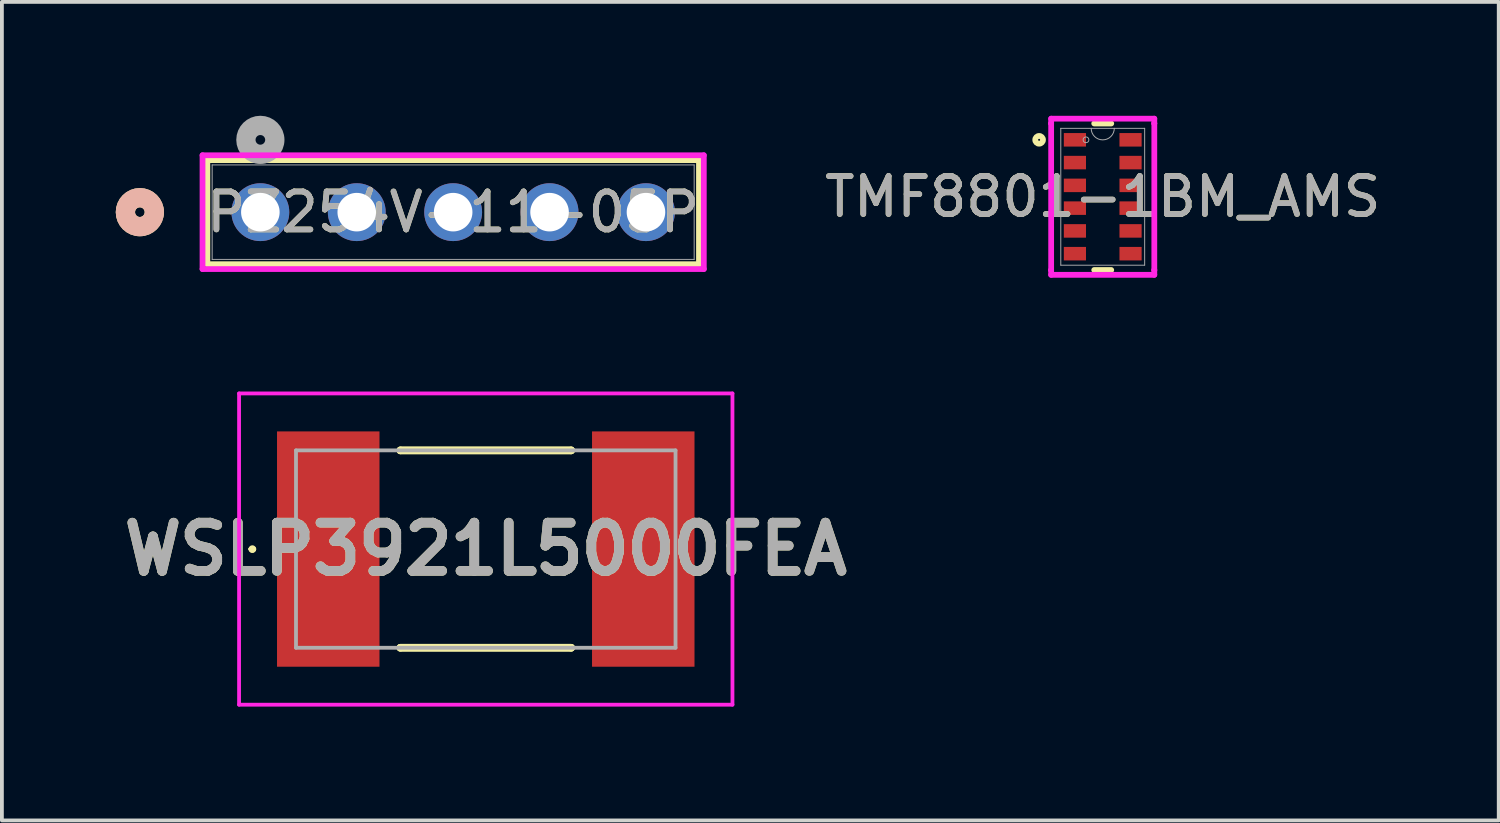
<source format=kicad_pcb>
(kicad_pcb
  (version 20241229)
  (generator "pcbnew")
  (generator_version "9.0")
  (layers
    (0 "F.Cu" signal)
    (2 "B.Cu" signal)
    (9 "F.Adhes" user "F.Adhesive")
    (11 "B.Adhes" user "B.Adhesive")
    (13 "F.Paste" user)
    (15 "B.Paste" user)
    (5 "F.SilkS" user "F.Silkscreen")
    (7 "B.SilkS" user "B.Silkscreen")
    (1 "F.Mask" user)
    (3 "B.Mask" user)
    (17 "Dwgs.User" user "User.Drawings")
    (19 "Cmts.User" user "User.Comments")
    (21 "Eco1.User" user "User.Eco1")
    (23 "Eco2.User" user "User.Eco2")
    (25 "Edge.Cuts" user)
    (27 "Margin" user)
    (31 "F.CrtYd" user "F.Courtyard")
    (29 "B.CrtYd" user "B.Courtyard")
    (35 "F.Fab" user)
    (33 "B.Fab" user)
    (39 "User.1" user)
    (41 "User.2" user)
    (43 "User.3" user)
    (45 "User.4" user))
  (footprint "WSLP3921L5000FEA"
    (layer "F.Cu")
    (at 9.749 11.417)
    (property "Reference" "WSLP3921L5000FEA" (at 0 0 0) (layer "F.SilkS") (effects (font (size 1.27 1.27) (thickness 0.254))))
    (attr smd)
    (fp_line (start -6.2 0) (end -6.2 0) (stroke (width 0.1) (type solid)) (layer "F.SilkS"))
    (fp_line (start -6.2 0) (end -6.2 0) (stroke (width 0.1) (type solid)) (layer "F.SilkS"))
    (fp_line (start -6.1 0) (end -6.1 0) (stroke (width 0.1) (type solid)) (layer "F.SilkS"))
    (fp_line (start -2.25 -2.6) (end -2.25 -2.6) (stroke (width 0.2) (type solid)) (layer "F.SilkS"))
    (fp_line (start -2.25 -2.6) (end 2.25 -2.6) (stroke (width 0.2) (type solid)) (layer "F.SilkS"))
    (fp_line (start -2.25 2.6) (end -2.25 2.6) (stroke (width 0.2) (type solid)) (layer "F.SilkS"))
    (fp_line (start -2.25 2.6) (end 2.25 2.6) (stroke (width 0.2) (type solid)) (layer "F.SilkS"))
    (fp_line (start 2.25 -2.6) (end -2.25 -2.6) (stroke (width 0.2) (type solid)) (layer "F.SilkS"))
    (fp_line (start 2.25 -2.6) (end 2.25 -2.6) (stroke (width 0.2) (type solid)) (layer "F.SilkS"))
    (fp_line (start 2.25 2.6) (end -2.25 2.6) (stroke (width 0.2) (type solid)) (layer "F.SilkS"))
    (fp_line (start 2.25 2.6) (end 2.25 2.6) (stroke (width 0.2) (type solid)) (layer "F.SilkS"))
    (fp_arc (start -6.2 0) (mid -6.15 -0.05) (end -6.1 0) (stroke (width 0.1) (type solid)) (layer "F.SilkS"))
    (fp_arc (start -6.1 0) (mid -6.15 0.05) (end -6.2 0) (stroke (width 0.1) (type solid)) (layer "F.SilkS"))
    (fp_arc (start -6.1 0) (mid -6.15 0.05) (end -6.2 0) (stroke (width 0.1) (type solid)) (layer "F.SilkS"))
    (fp_line (start -6.5 -4.1) (end 6.5 -4.1) (stroke (width 0.1) (type solid)) (layer "F.CrtYd"))
    (fp_line (start -6.5 4.1) (end -6.5 -4.1) (stroke (width 0.1) (type solid)) (layer "F.CrtYd"))
    (fp_line (start 6.5 -4.1) (end 6.5 4.1) (stroke (width 0.1) (type solid)) (layer "F.CrtYd"))
    (fp_line (start 6.5 4.1) (end -6.5 4.1) (stroke (width 0.1) (type solid)) (layer "F.CrtYd"))
    (fp_line (start -5 -2.6) (end -5 2.6) (stroke (width 0.1) (type solid)) (layer "F.Fab"))
    (fp_line (start -5 2.6) (end 5 2.6) (stroke (width 0.1) (type solid)) (layer "F.Fab"))
    (fp_line (start 5 -2.6) (end -5 -2.6) (stroke (width 0.1) (type solid)) (layer "F.Fab"))
    (fp_line (start 5 2.6) (end 5 -2.6) (stroke (width 0.1) (type solid)) (layer "F.Fab"))
    (fp_text user "${REFERENCE}" (at 0 0 0) (layer "F.Fab") (effects (font (size 1.27 1.27) (thickness 0.254))))
    (pad "1" smd rect (at -4.15 0) (size 2.7 6.2) (layers "F.Cu" "F.Mask" "F.Paste"))
    (pad "2" smd rect (at 4.15 0) (size 2.7 6.2) (layers "F.Cu" "F.Mask" "F.Paste")))
  (footprint "TMF8801-1BM_AMS"
    (layer "F.Cu")
    (at 26.005 2.134)
    (property "Reference" "TMF8801-1BM_AMS" (at 0 0 0) (unlocked yes) (layer "F.SilkS") (effects (font (size 1 1) (thickness 0.15))))
    (attr smd)
    (fp_line (start -0.224 1.93) (end 0.224 1.93) (stroke (width 0.152) (type solid)) (layer "F.SilkS"))
    (fp_line (start 0.224 -1.93) (end -0.224 -1.93) (stroke (width 0.152) (type solid)) (layer "F.SilkS"))
    (fp_circle (center -1.676 -1.5) (end -1.574 -1.5) (stroke (width 0.152) (type solid)) (fill no) (layer "F.SilkS"))
    (fp_line (start -1.359 -2.057) (end 1.359 -2.057) (stroke (width 0.152) (type solid)) (layer "F.CrtYd"))
    (fp_line (start -1.359 -1.932) (end -1.359 -2.057) (stroke (width 0.152) (type solid)) (layer "F.CrtYd"))
    (fp_line (start -1.359 -1.932) (end -1.359 -1.932) (stroke (width 0.152) (type solid)) (layer "F.CrtYd"))
    (fp_line (start -1.359 1.932) (end -1.359 -1.932) (stroke (width 0.152) (type solid)) (layer "F.CrtYd"))
    (fp_line (start -1.359 1.932) (end -1.359 1.932) (stroke (width 0.152) (type solid)) (layer "F.CrtYd"))
    (fp_line (start -1.359 2.057) (end -1.359 1.932) (stroke (width 0.152) (type solid)) (layer "F.CrtYd"))
    (fp_line (start 1.359 -2.057) (end 1.359 -1.932) (stroke (width 0.152) (type solid)) (layer "F.CrtYd"))
    (fp_line (start 1.359 -1.932) (end 1.359 -1.932) (stroke (width 0.152) (type solid)) (layer "F.CrtYd"))
    (fp_line (start 1.359 -1.932) (end 1.359 1.932) (stroke (width 0.152) (type solid)) (layer "F.CrtYd"))
    (fp_line (start 1.359 1.932) (end 1.359 1.932) (stroke (width 0.152) (type solid)) (layer "F.CrtYd"))
    (fp_line (start 1.359 1.932) (end 1.359 2.057) (stroke (width 0.152) (type solid)) (layer "F.CrtYd"))
    (fp_line (start 1.359 2.057) (end -1.359 2.057) (stroke (width 0.152) (type solid)) (layer "F.CrtYd"))
    (fp_line (start -1.105 -1.803) (end -1.105 1.803) (stroke (width 0.025) (type solid)) (layer "F.Fab"))
    (fp_line (start -1.105 1.803) (end 1.105 1.803) (stroke (width 0.025) (type solid)) (layer "F.Fab"))
    (fp_line (start 1.105 -1.803) (end -1.105 -1.803) (stroke (width 0.025) (type solid)) (layer "F.Fab"))
    (fp_line (start 1.105 1.803) (end 1.105 -1.803) (stroke (width 0.025) (type solid)) (layer "F.Fab"))
    (fp_arc (start 0.3048 -1.8034) (mid 0 -1.4986) (end -0.3048 -1.8034) (stroke (width 0.0254) (type solid)) (layer "F.Fab"))
    (fp_circle (center -0.441 -1.5) (end -0.365 -1.5) (stroke (width 0.025) (type solid)) (fill no) (layer "F.Fab"))
    (fp_text user "${REFERENCE}" (at 0 0 0) (unlocked yes) (layer "F.Fab") (effects (font (size 1 1) (thickness 0.15))))
    (pad "1" smd rect (at -0.733 -1.5) (size 0.584 0.356) (layers "F.Cu" "F.Mask" "F.Paste"))
    (pad "2" smd rect (at -0.733 -0.9) (size 0.584 0.356) (layers "F.Cu" "F.Mask" "F.Paste"))
    (pad "3" smd rect (at -0.733 -0.3) (size 0.584 0.356) (layers "F.Cu" "F.Mask" "F.Paste"))
    (pad "4" smd rect (at -0.733 0.3) (size 0.584 0.356) (layers "F.Cu" "F.Mask" "F.Paste"))
    (pad "5" smd rect (at -0.733 0.9) (size 0.584 0.356) (layers "F.Cu" "F.Mask" "F.Paste"))
    (pad "6" smd rect (at -0.733 1.5) (size 0.584 0.356) (layers "F.Cu" "F.Mask" "F.Paste"))
    (pad "7" smd rect (at 0.733 1.5) (size 0.584 0.356) (layers "F.Cu" "F.Mask" "F.Paste"))
    (pad "8" smd rect (at 0.733 0.9) (size 0.584 0.356) (layers "F.Cu" "F.Mask" "F.Paste"))
    (pad "9" smd rect (at 0.733 0.3) (size 0.584 0.356) (layers "F.Cu" "F.Mask" "F.Paste"))
    (pad "10" smd rect (at 0.733 -0.3) (size 0.584 0.356) (layers "F.Cu" "F.Mask" "F.Paste"))
    (pad "11" smd rect (at 0.733 -0.9) (size 0.584 0.356) (layers "F.Cu" "F.Mask" "F.Paste"))
    (pad "12" smd rect (at 0.733 -1.5) (size 0.584 0.356) (layers "F.Cu" "F.Mask" "F.Paste")))
  (footprint "PZ254V-11-05P"
    (layer "F.Cu")
    (at 3.81 2.54)
    (property "Reference" "PZ254V-11-05P" (at 5.08 0 0) (unlocked yes) (layer "F.SilkS") (effects (font (size 1 1) (thickness 0.15))))
    (attr through_hole)
    (fp_line (start -1.397 -1.372) (end -1.397 1.372) (stroke (width 0.152) (type solid)) (layer "F.SilkS"))
    (fp_line (start -1.397 1.372) (end 11.557 1.372) (stroke (width 0.152) (type solid)) (layer "F.SilkS"))
    (fp_line (start 11.557 -1.372) (end -1.397 -1.372) (stroke (width 0.152) (type solid)) (layer "F.SilkS"))
    (fp_line (start 11.557 1.372) (end 11.557 -1.372) (stroke (width 0.152) (type solid)) (layer "F.SilkS"))
    (fp_circle (center -3.175 0) (end -2.794 0) (stroke (width 0.508) (type solid)) (fill no) (layer "F.SilkS"))
    (fp_circle (center -3.175 0) (end -2.794 0) (stroke (width 0.508) (type solid)) (fill no) (layer "B.SilkS"))
    (fp_line (start -1.524 -1.499) (end -1.524 1.499) (stroke (width 0.152) (type solid)) (layer "F.CrtYd"))
    (fp_line (start -1.524 1.499) (end 11.684 1.499) (stroke (width 0.152) (type solid)) (layer "F.CrtYd"))
    (fp_line (start 11.684 -1.499) (end -1.524 -1.499) (stroke (width 0.152) (type solid)) (layer "F.CrtYd"))
    (fp_line (start 11.684 1.499) (end 11.684 -1.499) (stroke (width 0.152) (type solid)) (layer "F.CrtYd"))
    (fp_line (start -1.27 -1.245) (end -1.27 1.245) (stroke (width 0.025) (type solid)) (layer "F.Fab"))
    (fp_line (start -1.27 1.245) (end 11.43 1.245) (stroke (width 0.025) (type solid)) (layer "F.Fab"))
    (fp_line (start 11.43 -1.245) (end -1.27 -1.245) (stroke (width 0.025) (type solid)) (layer "F.Fab"))
    (fp_line (start 11.43 1.245) (end 11.43 -1.245) (stroke (width 0.025) (type solid)) (layer "F.Fab"))
    (fp_circle (center 0 -1.905) (end 0.381 -1.905) (stroke (width 0.508) (type solid)) (fill no) (layer "F.Fab"))
    (fp_text user "${REFERENCE}" (at 5.08 0 0) (unlocked yes) (layer "F.Fab") (effects (font (size 1 1) (thickness 0.15))))
    (pad "1" thru_hole circle (at 0 0) (size 1.524 1.524) (drill 1.016) (layers "*.Cu" "*.Mask"))
    (pad "2" thru_hole circle (at 2.54 0) (size 1.524 1.524) (drill 1.016) (layers "*.Cu" "*.Mask"))
    (pad "3" thru_hole circle (at 5.08 0) (size 1.524 1.524) (drill 1.016) (layers "*.Cu" "*.Mask"))
    (pad "4" thru_hole circle (at 7.62 0) (size 1.524 1.524) (drill 1.016) (layers "*.Cu" "*.Mask"))
    (pad "5" thru_hole circle (at 10.16 0) (size 1.524 1.524) (drill 1.016) (layers "*.Cu" "*.Mask")))
  (gr_rect
    (start -3 -3)
    (end 36.439 18.567)
    (stroke (width 0.1) (type default))
    (fill no)
    (layer "Edge.Cuts")))
</source>
